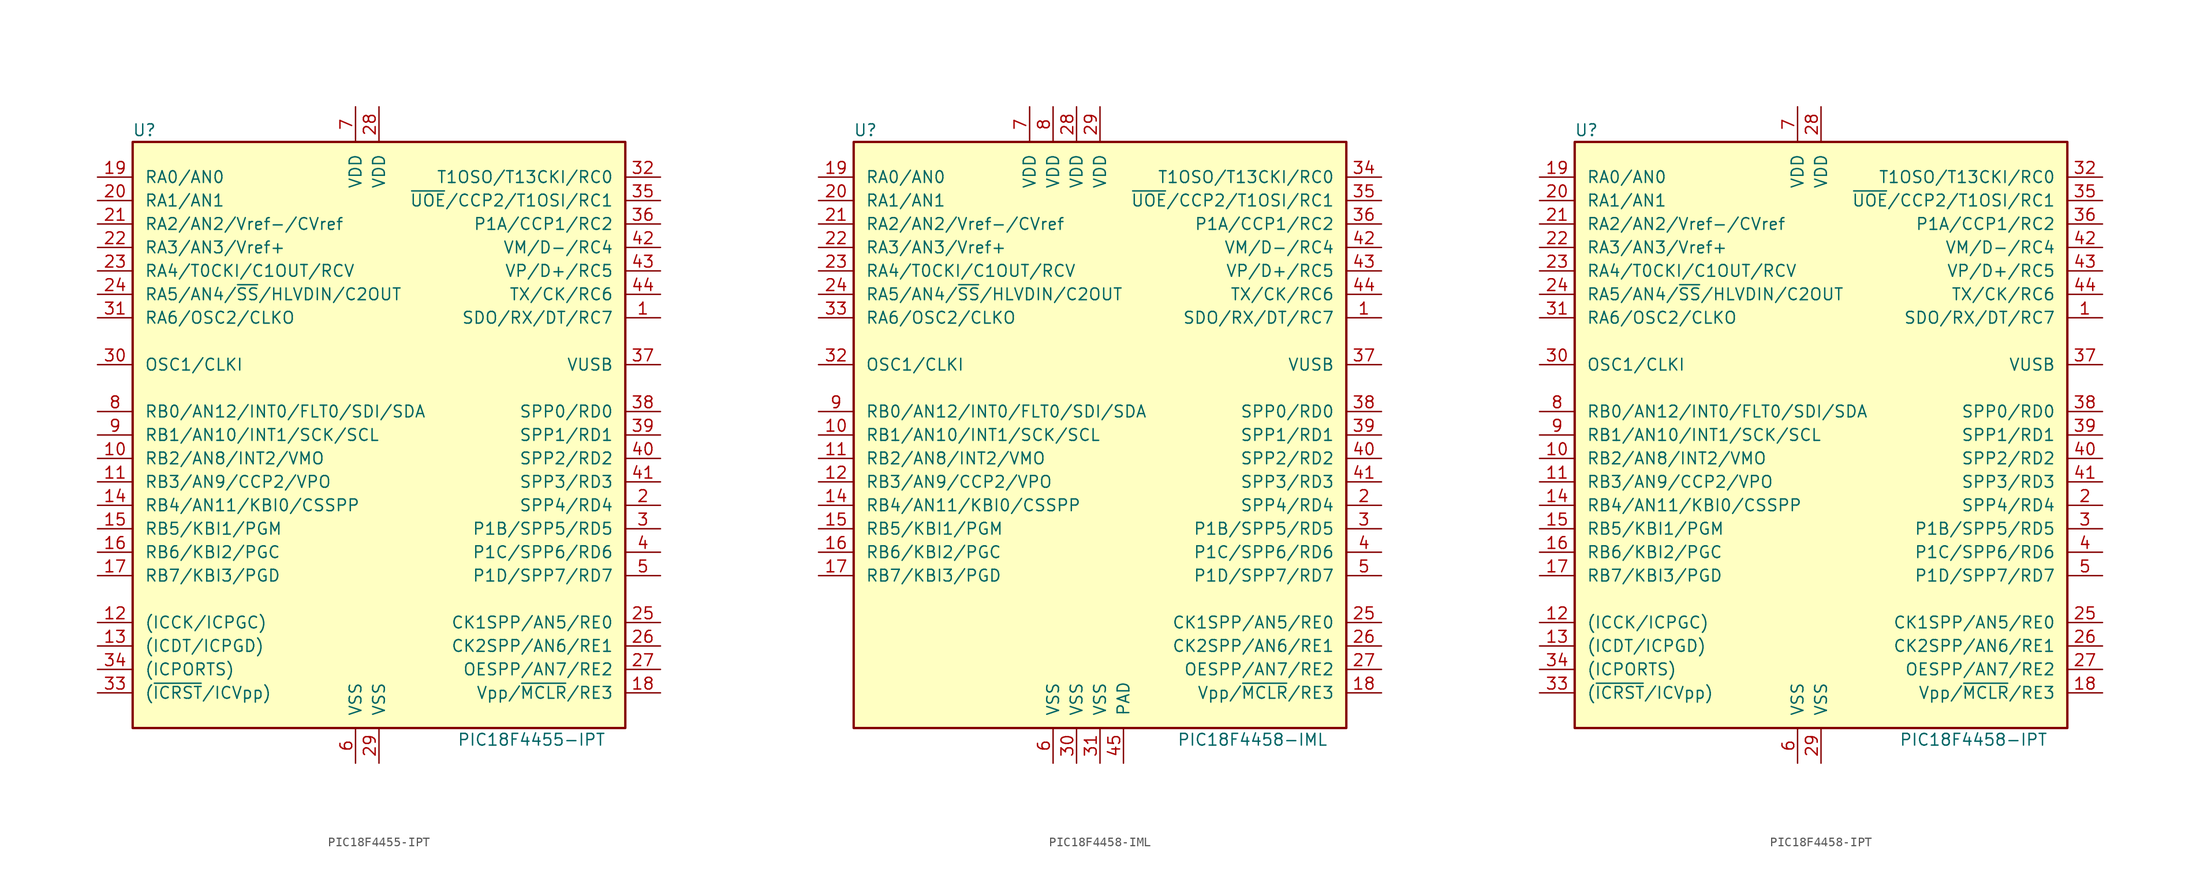
<source format=kicad_sym>
(kicad_symbol_lib
  (version 20211014)
  (generator kicad_symbol_editor)
  (symbol "PIC18F4455-IPT"
    (pin_names
      (offset 1.27))
    (property "Reference" "U"
      (at -25.4 33.02 0)
      (effects (font (size 1.27 1.27))))
    (property "Value" "PIC18F4455-IPT"
      (at 16.51 -33.02 0)
      (effects (font (size 1.27 1.27))))
    (symbol "PIC18F4455-IPT_0_1"
      (rectangle (start -26.67 31.75) (end 26.67 -31.75) (stroke (width 0.254) (type default) (color 0 0 0 0)) (fill (type background))))
    (symbol "PIC18F4455-IPT_1_1"
      (pin bidirectional line (at 30.48 12.7 180) (length 3.81) (name "SDO/RX/DT/RC7" (effects (font (size 1.27 1.27)))) (number "1" (effects (font (size 1.27 1.27)))))
      (pin bidirectional line (at -30.48 -2.54 0) (length 3.81) (name "RB2/AN8/INT2/VMO" (effects (font (size 1.27 1.27)))) (number "10" (effects (font (size 1.27 1.27)))))
      (pin bidirectional line (at -30.48 -5.08 0) (length 3.81) (name "RB3/AN9/CCP2/VPO" (effects (font (size 1.27 1.27)))) (number "11" (effects (font (size 1.27 1.27)))))
      (pin bidirectional line (at -30.48 -20.32 0) (length 3.81) (name "(ICCK/ICPGC)" (effects (font (size 1.27 1.27)))) (number "12" (effects (font (size 1.27 1.27)))))
      (pin bidirectional line (at -30.48 -22.86 0) (length 3.81) (name "(ICDT/ICPGD)" (effects (font (size 1.27 1.27)))) (number "13" (effects (font (size 1.27 1.27)))))
      (pin bidirectional line (at -30.48 -7.62 0) (length 3.81) (name "RB4/AN11/KBI0/CSSPP" (effects (font (size 1.27 1.27)))) (number "14" (effects (font (size 1.27 1.27)))))
      (pin bidirectional line (at -30.48 -10.16 0) (length 3.81) (name "RB5/KBI1/PGM" (effects (font (size 1.27 1.27)))) (number "15" (effects (font (size 1.27 1.27)))))
      (pin bidirectional line (at -30.48 -12.7 0) (length 3.81) (name "RB6/KBI2/PGC" (effects (font (size 1.27 1.27)))) (number "16" (effects (font (size 1.27 1.27)))))
      (pin bidirectional line (at -30.48 -15.24 0) (length 3.81) (name "RB7/KBI3/PGD" (effects (font (size 1.27 1.27)))) (number "17" (effects (font (size 1.27 1.27)))))
      (pin input line (at 30.48 -27.94 180) (length 3.81) (name "Vpp/~{MCLR}/RE3" (effects (font (size 1.27 1.27)))) (number "18" (effects (font (size 1.27 1.27)))))
      (pin bidirectional line (at -30.48 27.94 0) (length 3.81) (name "RA0/AN0" (effects (font (size 1.27 1.27)))) (number "19" (effects (font (size 1.27 1.27)))))
      (pin bidirectional line (at 30.48 -7.62 180) (length 3.81) (name "SPP4/RD4" (effects (font (size 1.27 1.27)))) (number "2" (effects (font (size 1.27 1.27)))))
      (pin bidirectional line (at -30.48 25.4 0) (length 3.81) (name "RA1/AN1" (effects (font (size 1.27 1.27)))) (number "20" (effects (font (size 1.27 1.27)))))
      (pin bidirectional line (at -30.48 22.86 0) (length 3.81) (name "RA2/AN2/Vref-/CVref" (effects (font (size 1.27 1.27)))) (number "21" (effects (font (size 1.27 1.27)))))
      (pin bidirectional line (at -30.48 20.32 0) (length 3.81) (name "RA3/AN3/Vref+" (effects (font (size 1.27 1.27)))) (number "22" (effects (font (size 1.27 1.27)))))
      (pin bidirectional line (at -30.48 17.78 0) (length 3.81) (name "RA4/T0CKI/C1OUT/RCV" (effects (font (size 1.27 1.27)))) (number "23" (effects (font (size 1.27 1.27)))))
      (pin bidirectional line (at -30.48 15.24 0) (length 3.81) (name "RA5/AN4/~{SS}/HLVDIN/C2OUT" (effects (font (size 1.27 1.27)))) (number "24" (effects (font (size 1.27 1.27)))))
      (pin bidirectional line (at 30.48 -20.32 180) (length 3.81) (name "CK1SPP/AN5/RE0" (effects (font (size 1.27 1.27)))) (number "25" (effects (font (size 1.27 1.27)))))
      (pin bidirectional line (at 30.48 -22.86 180) (length 3.81) (name "CK2SPP/AN6/RE1" (effects (font (size 1.27 1.27)))) (number "26" (effects (font (size 1.27 1.27)))))
      (pin bidirectional line (at 30.48 -25.4 180) (length 3.81) (name "OESPP/AN7/RE2" (effects (font (size 1.27 1.27)))) (number "27" (effects (font (size 1.27 1.27)))))
      (pin power_in line (at 0 35.56 270) (length 3.81) (name "VDD" (effects (font (size 1.27 1.27)))) (number "28" (effects (font (size 1.27 1.27)))))
      (pin power_in line (at 0 -35.56 90) (length 3.81) (name "VSS" (effects (font (size 1.27 1.27)))) (number "29" (effects (font (size 1.27 1.27)))))
      (pin bidirectional line (at 30.48 -10.16 180) (length 3.81) (name "P1B/SPP5/RD5" (effects (font (size 1.27 1.27)))) (number "3" (effects (font (size 1.27 1.27)))))
      (pin input line (at -30.48 7.62 0) (length 3.81) (name "OSC1/CLKI" (effects (font (size 1.27 1.27)))) (number "30" (effects (font (size 1.27 1.27)))))
      (pin output line (at -30.48 12.7 0) (length 3.81) (name "RA6/OSC2/CLKO" (effects (font (size 1.27 1.27)))) (number "31" (effects (font (size 1.27 1.27)))))
      (pin bidirectional line (at 30.48 27.94 180) (length 3.81) (name "T1OSO/T13CKI/RC0" (effects (font (size 1.27 1.27)))) (number "32" (effects (font (size 1.27 1.27)))))
      (pin input line (at -30.48 -27.94 0) (length 3.81) (name "(~{ICRST}/ICVpp)" (effects (font (size 1.27 1.27)))) (number "33" (effects (font (size 1.27 1.27)))))
      (pin bidirectional line (at -30.48 -25.4 0) (length 3.81) (name "(ICPORTS)" (effects (font (size 1.27 1.27)))) (number "34" (effects (font (size 1.27 1.27)))))
      (pin bidirectional line (at 30.48 25.4 180) (length 3.81) (name "~{UOE}/CCP2/T1OSI/RC1" (effects (font (size 1.27 1.27)))) (number "35" (effects (font (size 1.27 1.27)))))
      (pin bidirectional line (at 30.48 22.86 180) (length 3.81) (name "P1A/CCP1/RC2" (effects (font (size 1.27 1.27)))) (number "36" (effects (font (size 1.27 1.27)))))
      (pin bidirectional line (at 30.48 7.62 180) (length 3.81) (name "VUSB" (effects (font (size 1.27 1.27)))) (number "37" (effects (font (size 1.27 1.27)))))
      (pin bidirectional line (at 30.48 2.54 180) (length 3.81) (name "SPP0/RD0" (effects (font (size 1.27 1.27)))) (number "38" (effects (font (size 1.27 1.27)))))
      (pin bidirectional line (at 30.48 0 180) (length 3.81) (name "SPP1/RD1" (effects (font (size 1.27 1.27)))) (number "39" (effects (font (size 1.27 1.27)))))
      (pin bidirectional line (at 30.48 -12.7 180) (length 3.81) (name "P1C/SPP6/RD6" (effects (font (size 1.27 1.27)))) (number "4" (effects (font (size 1.27 1.27)))))
      (pin bidirectional line (at 30.48 -2.54 180) (length 3.81) (name "SPP2/RD2" (effects (font (size 1.27 1.27)))) (number "40" (effects (font (size 1.27 1.27)))))
      (pin bidirectional line (at 30.48 -5.08 180) (length 3.81) (name "SPP3/RD3" (effects (font (size 1.27 1.27)))) (number "41" (effects (font (size 1.27 1.27)))))
      (pin bidirectional line (at 30.48 20.32 180) (length 3.81) (name "VM/D-/RC4" (effects (font (size 1.27 1.27)))) (number "42" (effects (font (size 1.27 1.27)))))
      (pin bidirectional line (at 30.48 17.78 180) (length 3.81) (name "VP/D+/RC5" (effects (font (size 1.27 1.27)))) (number "43" (effects (font (size 1.27 1.27)))))
      (pin bidirectional line (at 30.48 15.24 180) (length 3.81) (name "TX/CK/RC6" (effects (font (size 1.27 1.27)))) (number "44" (effects (font (size 1.27 1.27)))))
      (pin bidirectional line (at 30.48 -15.24 180) (length 3.81) (name "P1D/SPP7/RD7" (effects (font (size 1.27 1.27)))) (number "5" (effects (font (size 1.27 1.27)))))
      (pin power_in line (at -2.54 -35.56 90) (length 3.81) (name "VSS" (effects (font (size 1.27 1.27)))) (number "6" (effects (font (size 1.27 1.27)))))
      (pin power_in line (at -2.54 35.56 270) (length 3.81) (name "VDD" (effects (font (size 1.27 1.27)))) (number "7" (effects (font (size 1.27 1.27)))))
      (pin bidirectional line (at -30.48 2.54 0) (length 3.81) (name "RB0/AN12/INT0/FLT0/SDI/SDA" (effects (font (size 1.27 1.27)))) (number "8" (effects (font (size 1.27 1.27)))))
      (pin bidirectional line (at -30.48 0 0) (length 3.81) (name "RB1/AN10/INT1/SCK/SCL" (effects (font (size 1.27 1.27)))) (number "9" (effects (font (size 1.27 1.27)))))))
  (symbol "PIC18F4458-IML"
    (pin_names
      (offset 1.27))
    (property "Reference" "U"
      (at -25.4 33.02 0)
      (effects (font (size 1.27 1.27))))
    (property "Value" "PIC18F4458-IML"
      (at 16.51 -33.02 0)
      (effects (font (size 1.27 1.27))))
    (symbol "PIC18F4458-IML_0_1"
      (rectangle (start -26.67 31.75) (end 26.67 -31.75) (stroke (width 0.254) (type default) (color 0 0 0 0)) (fill (type background))))
    (symbol "PIC18F4458-IML_1_1"
      (pin bidirectional line (at 30.48 12.7 180) (length 3.81) (name "SDO/RX/DT/RC7" (effects (font (size 1.27 1.27)))) (number "1" (effects (font (size 1.27 1.27)))))
      (pin bidirectional line (at -30.48 0 0) (length 3.81) (name "RB1/AN10/INT1/SCK/SCL" (effects (font (size 1.27 1.27)))) (number "10" (effects (font (size 1.27 1.27)))))
      (pin bidirectional line (at -30.48 -2.54 0) (length 3.81) (name "RB2/AN8/INT2/VMO" (effects (font (size 1.27 1.27)))) (number "11" (effects (font (size 1.27 1.27)))))
      (pin bidirectional line (at -30.48 -5.08 0) (length 3.81) (name "RB3/AN9/CCP2/VPO" (effects (font (size 1.27 1.27)))) (number "12" (effects (font (size 1.27 1.27)))))
      (pin no_connect line (at -30.48 -27.94 0) (length 3.81) hide (name "NC" (effects (font (size 1.27 1.27)))) (number "13" (effects (font (size 1.27 1.27)))))
      (pin bidirectional line (at -30.48 -7.62 0) (length 3.81) (name "RB4/AN11/KBI0/CSSPP" (effects (font (size 1.27 1.27)))) (number "14" (effects (font (size 1.27 1.27)))))
      (pin bidirectional line (at -30.48 -10.16 0) (length 3.81) (name "RB5/KBI1/PGM" (effects (font (size 1.27 1.27)))) (number "15" (effects (font (size 1.27 1.27)))))
      (pin bidirectional line (at -30.48 -12.7 0) (length 3.81) (name "RB6/KBI2/PGC" (effects (font (size 1.27 1.27)))) (number "16" (effects (font (size 1.27 1.27)))))
      (pin bidirectional line (at -30.48 -15.24 0) (length 3.81) (name "RB7/KBI3/PGD" (effects (font (size 1.27 1.27)))) (number "17" (effects (font (size 1.27 1.27)))))
      (pin input line (at 30.48 -27.94 180) (length 3.81) (name "Vpp/~{MCLR}/RE3" (effects (font (size 1.27 1.27)))) (number "18" (effects (font (size 1.27 1.27)))))
      (pin bidirectional line (at -30.48 27.94 0) (length 3.81) (name "RA0/AN0" (effects (font (size 1.27 1.27)))) (number "19" (effects (font (size 1.27 1.27)))))
      (pin bidirectional line (at 30.48 -7.62 180) (length 3.81) (name "SPP4/RD4" (effects (font (size 1.27 1.27)))) (number "2" (effects (font (size 1.27 1.27)))))
      (pin bidirectional line (at -30.48 25.4 0) (length 3.81) (name "RA1/AN1" (effects (font (size 1.27 1.27)))) (number "20" (effects (font (size 1.27 1.27)))))
      (pin bidirectional line (at -30.48 22.86 0) (length 3.81) (name "RA2/AN2/Vref-/CVref" (effects (font (size 1.27 1.27)))) (number "21" (effects (font (size 1.27 1.27)))))
      (pin bidirectional line (at -30.48 20.32 0) (length 3.81) (name "RA3/AN3/Vref+" (effects (font (size 1.27 1.27)))) (number "22" (effects (font (size 1.27 1.27)))))
      (pin bidirectional line (at -30.48 17.78 0) (length 3.81) (name "RA4/T0CKI/C1OUT/RCV" (effects (font (size 1.27 1.27)))) (number "23" (effects (font (size 1.27 1.27)))))
      (pin bidirectional line (at -30.48 15.24 0) (length 3.81) (name "RA5/AN4/~{SS}/HLVDIN/C2OUT" (effects (font (size 1.27 1.27)))) (number "24" (effects (font (size 1.27 1.27)))))
      (pin bidirectional line (at 30.48 -20.32 180) (length 3.81) (name "CK1SPP/AN5/RE0" (effects (font (size 1.27 1.27)))) (number "25" (effects (font (size 1.27 1.27)))))
      (pin bidirectional line (at 30.48 -22.86 180) (length 3.81) (name "CK2SPP/AN6/RE1" (effects (font (size 1.27 1.27)))) (number "26" (effects (font (size 1.27 1.27)))))
      (pin bidirectional line (at 30.48 -25.4 180) (length 3.81) (name "OESPP/AN7/RE2" (effects (font (size 1.27 1.27)))) (number "27" (effects (font (size 1.27 1.27)))))
      (pin power_in line (at -2.54 35.56 270) (length 3.81) (name "VDD" (effects (font (size 1.27 1.27)))) (number "28" (effects (font (size 1.27 1.27)))))
      (pin power_in line (at 0 35.56 270) (length 3.81) (name "VDD" (effects (font (size 1.27 1.27)))) (number "29" (effects (font (size 1.27 1.27)))))
      (pin bidirectional line (at 30.48 -10.16 180) (length 3.81) (name "P1B/SPP5/RD5" (effects (font (size 1.27 1.27)))) (number "3" (effects (font (size 1.27 1.27)))))
      (pin power_in line (at -2.54 -35.56 90) (length 3.81) (name "VSS" (effects (font (size 1.27 1.27)))) (number "30" (effects (font (size 1.27 1.27)))))
      (pin power_in line (at 0 -35.56 90) (length 3.81) (name "VSS" (effects (font (size 1.27 1.27)))) (number "31" (effects (font (size 1.27 1.27)))))
      (pin input line (at -30.48 7.62 0) (length 3.81) (name "OSC1/CLKI" (effects (font (size 1.27 1.27)))) (number "32" (effects (font (size 1.27 1.27)))))
      (pin bidirectional line (at -30.48 12.7 0) (length 3.81) (name "RA6/OSC2/CLKO" (effects (font (size 1.27 1.27)))) (number "33" (effects (font (size 1.27 1.27)))))
      (pin bidirectional line (at 30.48 27.94 180) (length 3.81) (name "T1OSO/T13CKI/RC0" (effects (font (size 1.27 1.27)))) (number "34" (effects (font (size 1.27 1.27)))))
      (pin bidirectional line (at 30.48 25.4 180) (length 3.81) (name "~{UOE}/CCP2/T1OSI/RC1" (effects (font (size 1.27 1.27)))) (number "35" (effects (font (size 1.27 1.27)))))
      (pin bidirectional line (at 30.48 22.86 180) (length 3.81) (name "P1A/CCP1/RC2" (effects (font (size 1.27 1.27)))) (number "36" (effects (font (size 1.27 1.27)))))
      (pin bidirectional line (at 30.48 7.62 180) (length 3.81) (name "VUSB" (effects (font (size 1.27 1.27)))) (number "37" (effects (font (size 1.27 1.27)))))
      (pin bidirectional line (at 30.48 2.54 180) (length 3.81) (name "SPP0/RD0" (effects (font (size 1.27 1.27)))) (number "38" (effects (font (size 1.27 1.27)))))
      (pin bidirectional line (at 30.48 0 180) (length 3.81) (name "SPP1/RD1" (effects (font (size 1.27 1.27)))) (number "39" (effects (font (size 1.27 1.27)))))
      (pin bidirectional line (at 30.48 -12.7 180) (length 3.81) (name "P1C/SPP6/RD6" (effects (font (size 1.27 1.27)))) (number "4" (effects (font (size 1.27 1.27)))))
      (pin bidirectional line (at 30.48 -2.54 180) (length 3.81) (name "SPP2/RD2" (effects (font (size 1.27 1.27)))) (number "40" (effects (font (size 1.27 1.27)))))
      (pin bidirectional line (at 30.48 -5.08 180) (length 3.81) (name "SPP3/RD3" (effects (font (size 1.27 1.27)))) (number "41" (effects (font (size 1.27 1.27)))))
      (pin bidirectional line (at 30.48 20.32 180) (length 3.81) (name "VM/D-/RC4" (effects (font (size 1.27 1.27)))) (number "42" (effects (font (size 1.27 1.27)))))
      (pin bidirectional line (at 30.48 17.78 180) (length 3.81) (name "VP/D+/RC5" (effects (font (size 1.27 1.27)))) (number "43" (effects (font (size 1.27 1.27)))))
      (pin bidirectional line (at 30.48 15.24 180) (length 3.81) (name "TX/CK/RC6" (effects (font (size 1.27 1.27)))) (number "44" (effects (font (size 1.27 1.27)))))
      (pin power_in line (at 2.54 -35.56 90) (length 3.81) (name "PAD" (effects (font (size 1.27 1.27)))) (number "45" (effects (font (size 1.27 1.27)))))
      (pin bidirectional line (at 30.48 -15.24 180) (length 3.81) (name "P1D/SPP7/RD7" (effects (font (size 1.27 1.27)))) (number "5" (effects (font (size 1.27 1.27)))))
      (pin power_in line (at -5.08 -35.56 90) (length 3.81) (name "VSS" (effects (font (size 1.27 1.27)))) (number "6" (effects (font (size 1.27 1.27)))))
      (pin power_in line (at -7.62 35.56 270) (length 3.81) (name "VDD" (effects (font (size 1.27 1.27)))) (number "7" (effects (font (size 1.27 1.27)))))
      (pin power_in line (at -5.08 35.56 270) (length 3.81) (name "VDD" (effects (font (size 1.27 1.27)))) (number "8" (effects (font (size 1.27 1.27)))))
      (pin bidirectional line (at -30.48 2.54 0) (length 3.81) (name "RB0/AN12/INT0/FLT0/SDI/SDA" (effects (font (size 1.27 1.27)))) (number "9" (effects (font (size 1.27 1.27)))))))
  (symbol "PIC18F4458-IPT"
    (pin_names
      (offset 1.27))
    (property "Reference" "U"
      (at -25.4 33.02 0)
      (effects (font (size 1.27 1.27))))
    (property "Value" "PIC18F4458-IPT"
      (at 16.51 -33.02 0)
      (effects (font (size 1.27 1.27))))
    (symbol "PIC18F4458-IPT_0_1"
      (rectangle (start -26.67 31.75) (end 26.67 -31.75) (stroke (width 0.254) (type default) (color 0 0 0 0)) (fill (type background))))
    (symbol "PIC18F4458-IPT_1_1"
      (pin bidirectional line (at 30.48 12.7 180) (length 3.81) (name "SDO/RX/DT/RC7" (effects (font (size 1.27 1.27)))) (number "1" (effects (font (size 1.27 1.27)))))
      (pin bidirectional line (at -30.48 -2.54 0) (length 3.81) (name "RB2/AN8/INT2/VMO" (effects (font (size 1.27 1.27)))) (number "10" (effects (font (size 1.27 1.27)))))
      (pin bidirectional line (at -30.48 -5.08 0) (length 3.81) (name "RB3/AN9/CCP2/VPO" (effects (font (size 1.27 1.27)))) (number "11" (effects (font (size 1.27 1.27)))))
      (pin bidirectional line (at -30.48 -20.32 0) (length 3.81) (name "(ICCK/ICPGC)" (effects (font (size 1.27 1.27)))) (number "12" (effects (font (size 1.27 1.27)))))
      (pin bidirectional line (at -30.48 -22.86 0) (length 3.81) (name "(ICDT/ICPGD)" (effects (font (size 1.27 1.27)))) (number "13" (effects (font (size 1.27 1.27)))))
      (pin bidirectional line (at -30.48 -7.62 0) (length 3.81) (name "RB4/AN11/KBI0/CSSPP" (effects (font (size 1.27 1.27)))) (number "14" (effects (font (size 1.27 1.27)))))
      (pin bidirectional line (at -30.48 -10.16 0) (length 3.81) (name "RB5/KBI1/PGM" (effects (font (size 1.27 1.27)))) (number "15" (effects (font (size 1.27 1.27)))))
      (pin bidirectional line (at -30.48 -12.7 0) (length 3.81) (name "RB6/KBI2/PGC" (effects (font (size 1.27 1.27)))) (number "16" (effects (font (size 1.27 1.27)))))
      (pin bidirectional line (at -30.48 -15.24 0) (length 3.81) (name "RB7/KBI3/PGD" (effects (font (size 1.27 1.27)))) (number "17" (effects (font (size 1.27 1.27)))))
      (pin input line (at 30.48 -27.94 180) (length 3.81) (name "Vpp/~{MCLR}/RE3" (effects (font (size 1.27 1.27)))) (number "18" (effects (font (size 1.27 1.27)))))
      (pin bidirectional line (at -30.48 27.94 0) (length 3.81) (name "RA0/AN0" (effects (font (size 1.27 1.27)))) (number "19" (effects (font (size 1.27 1.27)))))
      (pin bidirectional line (at 30.48 -7.62 180) (length 3.81) (name "SPP4/RD4" (effects (font (size 1.27 1.27)))) (number "2" (effects (font (size 1.27 1.27)))))
      (pin bidirectional line (at -30.48 25.4 0) (length 3.81) (name "RA1/AN1" (effects (font (size 1.27 1.27)))) (number "20" (effects (font (size 1.27 1.27)))))
      (pin bidirectional line (at -30.48 22.86 0) (length 3.81) (name "RA2/AN2/Vref-/CVref" (effects (font (size 1.27 1.27)))) (number "21" (effects (font (size 1.27 1.27)))))
      (pin bidirectional line (at -30.48 20.32 0) (length 3.81) (name "RA3/AN3/Vref+" (effects (font (size 1.27 1.27)))) (number "22" (effects (font (size 1.27 1.27)))))
      (pin bidirectional line (at -30.48 17.78 0) (length 3.81) (name "RA4/T0CKI/C1OUT/RCV" (effects (font (size 1.27 1.27)))) (number "23" (effects (font (size 1.27 1.27)))))
      (pin bidirectional line (at -30.48 15.24 0) (length 3.81) (name "RA5/AN4/~{SS}/HLVDIN/C2OUT" (effects (font (size 1.27 1.27)))) (number "24" (effects (font (size 1.27 1.27)))))
      (pin bidirectional line (at 30.48 -20.32 180) (length 3.81) (name "CK1SPP/AN5/RE0" (effects (font (size 1.27 1.27)))) (number "25" (effects (font (size 1.27 1.27)))))
      (pin bidirectional line (at 30.48 -22.86 180) (length 3.81) (name "CK2SPP/AN6/RE1" (effects (font (size 1.27 1.27)))) (number "26" (effects (font (size 1.27 1.27)))))
      (pin bidirectional line (at 30.48 -25.4 180) (length 3.81) (name "OESPP/AN7/RE2" (effects (font (size 1.27 1.27)))) (number "27" (effects (font (size 1.27 1.27)))))
      (pin power_in line (at 0 35.56 270) (length 3.81) (name "VDD" (effects (font (size 1.27 1.27)))) (number "28" (effects (font (size 1.27 1.27)))))
      (pin power_in line (at 0 -35.56 90) (length 3.81) (name "VSS" (effects (font (size 1.27 1.27)))) (number "29" (effects (font (size 1.27 1.27)))))
      (pin bidirectional line (at 30.48 -10.16 180) (length 3.81) (name "P1B/SPP5/RD5" (effects (font (size 1.27 1.27)))) (number "3" (effects (font (size 1.27 1.27)))))
      (pin input line (at -30.48 7.62 0) (length 3.81) (name "OSC1/CLKI" (effects (font (size 1.27 1.27)))) (number "30" (effects (font (size 1.27 1.27)))))
      (pin bidirectional line (at -30.48 12.7 0) (length 3.81) (name "RA6/OSC2/CLKO" (effects (font (size 1.27 1.27)))) (number "31" (effects (font (size 1.27 1.27)))))
      (pin bidirectional line (at 30.48 27.94 180) (length 3.81) (name "T1OSO/T13CKI/RC0" (effects (font (size 1.27 1.27)))) (number "32" (effects (font (size 1.27 1.27)))))
      (pin input line (at -30.48 -27.94 0) (length 3.81) (name "(~{ICRST}/ICVpp)" (effects (font (size 1.27 1.27)))) (number "33" (effects (font (size 1.27 1.27)))))
      (pin input line (at -30.48 -25.4 0) (length 3.81) (name "(ICPORTS)" (effects (font (size 1.27 1.27)))) (number "34" (effects (font (size 1.27 1.27)))))
      (pin bidirectional line (at 30.48 25.4 180) (length 3.81) (name "~{UOE}/CCP2/T1OSI/RC1" (effects (font (size 1.27 1.27)))) (number "35" (effects (font (size 1.27 1.27)))))
      (pin bidirectional line (at 30.48 22.86 180) (length 3.81) (name "P1A/CCP1/RC2" (effects (font (size 1.27 1.27)))) (number "36" (effects (font (size 1.27 1.27)))))
      (pin bidirectional line (at 30.48 7.62 180) (length 3.81) (name "VUSB" (effects (font (size 1.27 1.27)))) (number "37" (effects (font (size 1.27 1.27)))))
      (pin bidirectional line (at 30.48 2.54 180) (length 3.81) (name "SPP0/RD0" (effects (font (size 1.27 1.27)))) (number "38" (effects (font (size 1.27 1.27)))))
      (pin bidirectional line (at 30.48 0 180) (length 3.81) (name "SPP1/RD1" (effects (font (size 1.27 1.27)))) (number "39" (effects (font (size 1.27 1.27)))))
      (pin bidirectional line (at 30.48 -12.7 180) (length 3.81) (name "P1C/SPP6/RD6" (effects (font (size 1.27 1.27)))) (number "4" (effects (font (size 1.27 1.27)))))
      (pin bidirectional line (at 30.48 -2.54 180) (length 3.81) (name "SPP2/RD2" (effects (font (size 1.27 1.27)))) (number "40" (effects (font (size 1.27 1.27)))))
      (pin bidirectional line (at 30.48 -5.08 180) (length 3.81) (name "SPP3/RD3" (effects (font (size 1.27 1.27)))) (number "41" (effects (font (size 1.27 1.27)))))
      (pin bidirectional line (at 30.48 20.32 180) (length 3.81) (name "VM/D-/RC4" (effects (font (size 1.27 1.27)))) (number "42" (effects (font (size 1.27 1.27)))))
      (pin bidirectional line (at 30.48 17.78 180) (length 3.81) (name "VP/D+/RC5" (effects (font (size 1.27 1.27)))) (number "43" (effects (font (size 1.27 1.27)))))
      (pin bidirectional line (at 30.48 15.24 180) (length 3.81) (name "TX/CK/RC6" (effects (font (size 1.27 1.27)))) (number "44" (effects (font (size 1.27 1.27)))))
      (pin bidirectional line (at 30.48 -15.24 180) (length 3.81) (name "P1D/SPP7/RD7" (effects (font (size 1.27 1.27)))) (number "5" (effects (font (size 1.27 1.27)))))
      (pin power_in line (at -2.54 -35.56 90) (length 3.81) (name "VSS" (effects (font (size 1.27 1.27)))) (number "6" (effects (font (size 1.27 1.27)))))
      (pin power_in line (at -2.54 35.56 270) (length 3.81) (name "VDD" (effects (font (size 1.27 1.27)))) (number "7" (effects (font (size 1.27 1.27)))))
      (pin bidirectional line (at -30.48 2.54 0) (length 3.81) (name "RB0/AN12/INT0/FLT0/SDI/SDA" (effects (font (size 1.27 1.27)))) (number "8" (effects (font (size 1.27 1.27)))))
      (pin bidirectional line (at -30.48 0 0) (length 3.81) (name "RB1/AN10/INT1/SCK/SCL" (effects (font (size 1.27 1.27)))) (number "9" (effects (font (size 1.27 1.27))))))))
</source>
